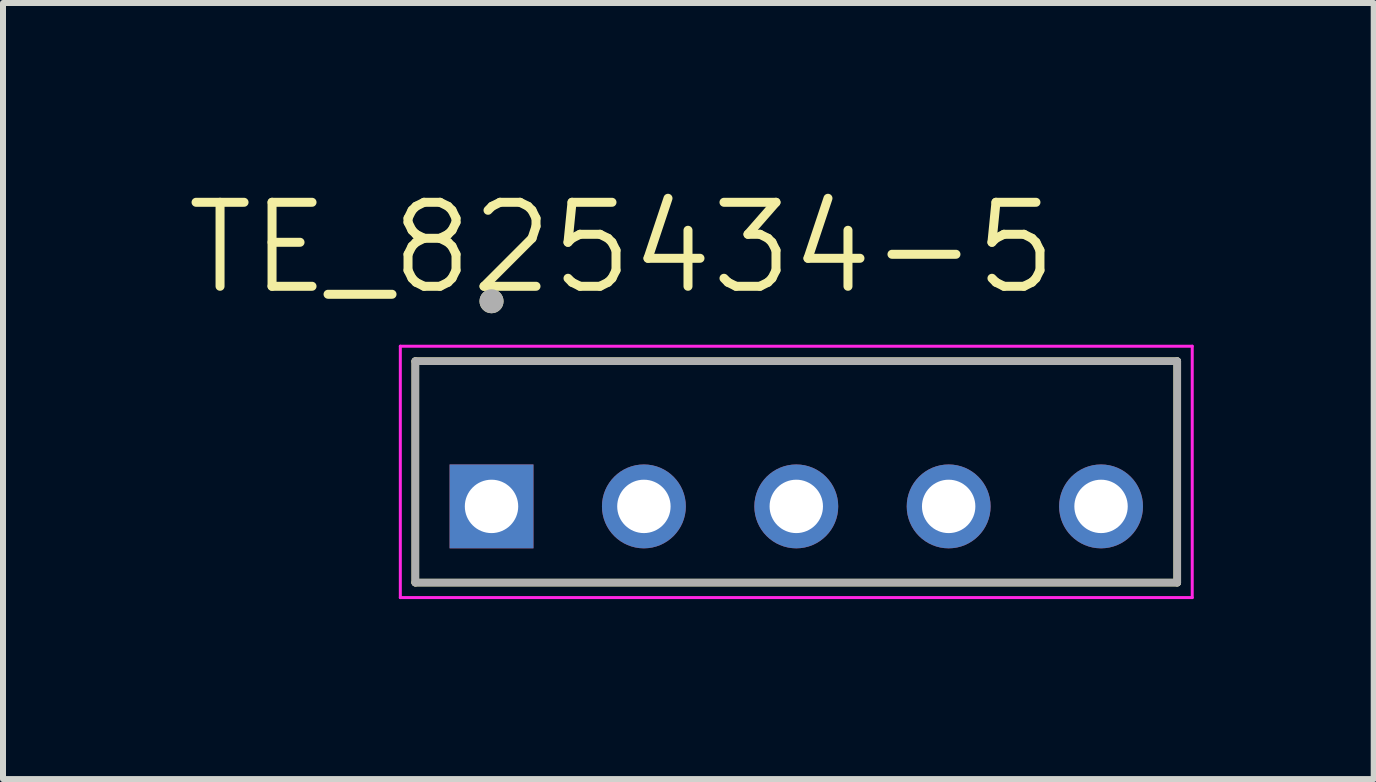
<source format=kicad_pcb>
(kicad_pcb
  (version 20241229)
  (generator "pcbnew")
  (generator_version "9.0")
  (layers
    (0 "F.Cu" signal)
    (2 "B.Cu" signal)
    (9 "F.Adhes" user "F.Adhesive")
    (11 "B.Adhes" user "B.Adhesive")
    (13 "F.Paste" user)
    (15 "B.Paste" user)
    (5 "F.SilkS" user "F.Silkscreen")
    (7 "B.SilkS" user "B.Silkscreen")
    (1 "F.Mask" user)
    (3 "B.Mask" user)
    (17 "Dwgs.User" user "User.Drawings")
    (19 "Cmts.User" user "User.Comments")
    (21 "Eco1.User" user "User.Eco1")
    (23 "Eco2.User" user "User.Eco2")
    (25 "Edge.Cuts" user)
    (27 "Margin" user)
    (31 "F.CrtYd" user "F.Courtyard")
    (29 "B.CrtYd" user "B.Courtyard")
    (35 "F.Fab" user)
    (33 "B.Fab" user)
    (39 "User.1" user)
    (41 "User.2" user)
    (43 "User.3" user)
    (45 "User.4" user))
  (footprint "TE_825434-5"
    (layer "F.Cu")
    (at 10.223 5.391)
    (property "Reference" "TE_825434-5" (at -2.905 -4.309 0) (layer "F.SilkS") (effects (font (size 1.4 1.4) (thickness 0.15))))
    (attr through_hole)
    (fp_line (start -6.35 -2.42) (end 6.35 -2.42) (stroke (width 0.127) (type solid)) (layer "F.SilkS"))
    (fp_line (start -6.35 1.27) (end -6.35 -2.42) (stroke (width 0.127) (type solid)) (layer "F.SilkS"))
    (fp_line (start 6.35 -2.42) (end 6.35 1.27) (stroke (width 0.127) (type solid)) (layer "F.SilkS"))
    (fp_line (start 6.35 1.27) (end -6.35 1.27) (stroke (width 0.127) (type solid)) (layer "F.SilkS"))
    (fp_circle (center -5.08 -3.42) (end -4.98 -3.42) (stroke (width 0.2) (type solid)) (fill no) (layer "F.SilkS"))
    (fp_line (start -6.6 -2.67) (end 6.6 -2.67) (stroke (width 0.05) (type solid)) (layer "F.CrtYd"))
    (fp_line (start -6.6 1.52) (end -6.6 -2.67) (stroke (width 0.05) (type solid)) (layer "F.CrtYd"))
    (fp_line (start 6.6 -2.67) (end 6.6 1.52) (stroke (width 0.05) (type solid)) (layer "F.CrtYd"))
    (fp_line (start 6.6 1.52) (end -6.6 1.52) (stroke (width 0.05) (type solid)) (layer "F.CrtYd"))
    (fp_line (start -6.35 -2.42) (end 6.35 -2.42) (stroke (width 0.127) (type solid)) (layer "F.Fab"))
    (fp_line (start -6.35 1.27) (end -6.35 -2.42) (stroke (width 0.127) (type solid)) (layer "F.Fab"))
    (fp_line (start 6.35 -2.42) (end 6.35 1.27) (stroke (width 0.127) (type solid)) (layer "F.Fab"))
    (fp_line (start 6.35 1.27) (end -6.35 1.27) (stroke (width 0.127) (type solid)) (layer "F.Fab"))
    (fp_circle (center -5.08 -3.42) (end -4.98 -3.42) (stroke (width 0.2) (type solid)) (fill no) (layer "F.Fab"))
    (pad "1" thru_hole rect (at -5.08 0) (size 1.398 1.398) (drill 0.89) (layers "*.Cu" "*.Mask"))
    (pad "2" thru_hole circle (at -2.54 0) (size 1.398 1.398) (drill 0.89) (layers "*.Cu" "*.Mask"))
    (pad "3" thru_hole circle (at 0 0) (size 1.398 1.398) (drill 0.89) (layers "*.Cu" "*.Mask"))
    (pad "4" thru_hole circle (at 2.54 0) (size 1.398 1.398) (drill 0.89) (layers "*.Cu" "*.Mask"))
    (pad "5" thru_hole circle (at 5.08 0) (size 1.398 1.398) (drill 0.89) (layers "*.Cu" "*.Mask")))
  (gr_rect
    (start -3 -3)
    (end 19.848 9.936)
    (stroke (width 0.1) (type default))
    (fill no)
    (layer "Edge.Cuts")))
</source>
